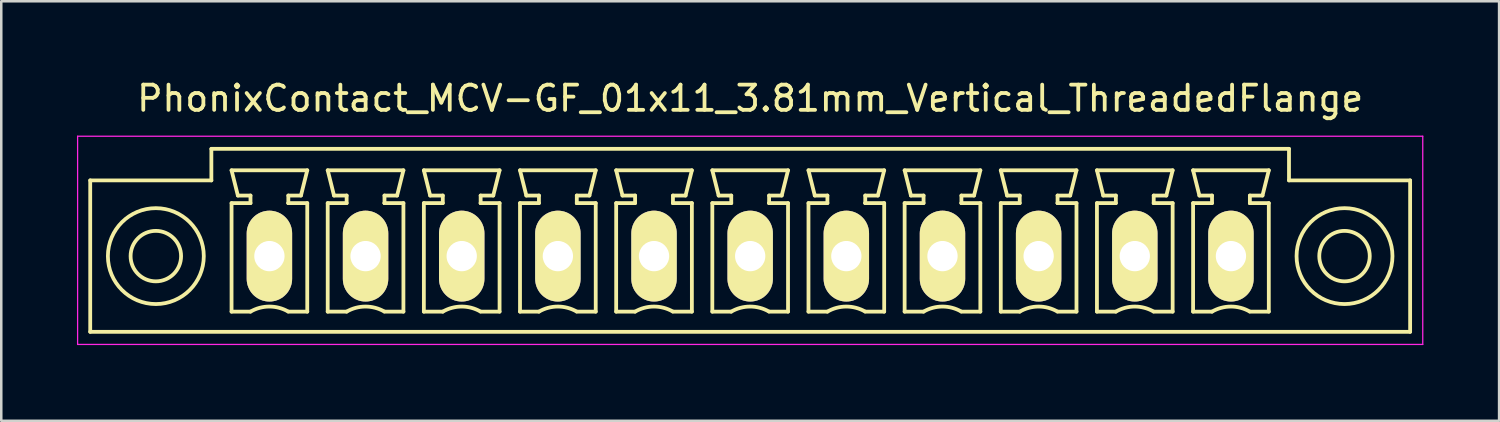
<source format=kicad_pcb>
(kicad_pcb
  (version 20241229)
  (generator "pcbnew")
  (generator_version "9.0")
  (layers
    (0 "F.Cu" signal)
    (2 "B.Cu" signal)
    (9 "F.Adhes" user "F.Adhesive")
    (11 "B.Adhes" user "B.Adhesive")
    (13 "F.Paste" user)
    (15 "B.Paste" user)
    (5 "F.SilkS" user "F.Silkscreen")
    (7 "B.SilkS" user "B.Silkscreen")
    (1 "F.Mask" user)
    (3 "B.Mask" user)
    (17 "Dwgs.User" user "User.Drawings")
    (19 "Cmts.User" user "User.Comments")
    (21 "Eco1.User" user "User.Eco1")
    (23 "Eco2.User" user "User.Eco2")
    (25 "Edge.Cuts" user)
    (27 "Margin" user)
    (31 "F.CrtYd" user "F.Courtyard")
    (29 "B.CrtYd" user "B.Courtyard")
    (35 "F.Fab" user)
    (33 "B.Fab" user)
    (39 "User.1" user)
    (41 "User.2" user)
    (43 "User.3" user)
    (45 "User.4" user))
  (footprint "PhonixContact_MCV-GF_01x11_3.81mm_Vertical_ThreadedFlange"
    (layer "F.Cu")
    (at 7.625 7.098)
    (property "Reference" "PhonixContact_MCV-GF_01x11_3.81mm_Vertical_ThreadedFlange" (at 19.05 -6.25 0) (layer "F.SilkS") (effects (font (size 1 1) (thickness 0.15))))
    (attr through_hole)
    (fp_line (start -7.1 -3) (end -7.1 3) (stroke (width 0.15) (type solid)) (layer "F.SilkS"))
    (fp_line (start -7.1 3) (end 45.2 3) (stroke (width 0.15) (type solid)) (layer "F.SilkS"))
    (fp_line (start -2.3 -4.25) (end -2.3 -3) (stroke (width 0.15) (type solid)) (layer "F.SilkS"))
    (fp_line (start -2.3 -3) (end -7.1 -3) (stroke (width 0.15) (type solid)) (layer "F.SilkS"))
    (fp_line (start -1.5 -3.4) (end 1.5 -3.4) (stroke (width 0.15) (type solid)) (layer "F.SilkS"))
    (fp_line (start -1.5 -2.1) (end -0.75 -2.1) (stroke (width 0.15) (type solid)) (layer "F.SilkS"))
    (fp_line (start -1.5 2.2) (end -1.5 -2.1) (stroke (width 0.15) (type solid)) (layer "F.SilkS"))
    (fp_line (start -1.25 -2.4) (end -1.5 -3.4) (stroke (width 0.15) (type solid)) (layer "F.SilkS"))
    (fp_line (start -0.75 -2.4) (end -1.25 -2.4) (stroke (width 0.15) (type solid)) (layer "F.SilkS"))
    (fp_line (start -0.75 -2.1) (end -0.75 -2.4) (stroke (width 0.15) (type solid)) (layer "F.SilkS"))
    (fp_line (start -0.75 2.2) (end -1.5 2.2) (stroke (width 0.15) (type solid)) (layer "F.SilkS"))
    (fp_line (start 0.75 -2.4) (end 0.75 -2.1) (stroke (width 0.15) (type solid)) (layer "F.SilkS"))
    (fp_line (start 0.75 -2.1) (end 0.75 -2.1) (stroke (width 0.15) (type solid)) (layer "F.SilkS"))
    (fp_line (start 0.75 -2.1) (end 1.5 -2.1) (stroke (width 0.15) (type solid)) (layer "F.SilkS"))
    (fp_line (start 1.25 -2.4) (end 0.75 -2.4) (stroke (width 0.15) (type solid)) (layer "F.SilkS"))
    (fp_line (start 1.5 -3.4) (end 1.25 -2.4) (stroke (width 0.15) (type solid)) (layer "F.SilkS"))
    (fp_line (start 1.5 -2.1) (end 1.5 2.2) (stroke (width 0.15) (type solid)) (layer "F.SilkS"))
    (fp_line (start 1.5 2.2) (end 0.75 2.2) (stroke (width 0.15) (type solid)) (layer "F.SilkS"))
    (fp_line (start 2.31 -3.4) (end 5.31 -3.4) (stroke (width 0.15) (type solid)) (layer "F.SilkS"))
    (fp_line (start 2.31 -2.1) (end 3.06 -2.1) (stroke (width 0.15) (type solid)) (layer "F.SilkS"))
    (fp_line (start 2.31 2.2) (end 2.31 -2.1) (stroke (width 0.15) (type solid)) (layer "F.SilkS"))
    (fp_line (start 2.56 -2.4) (end 2.31 -3.4) (stroke (width 0.15) (type solid)) (layer "F.SilkS"))
    (fp_line (start 3.06 -2.4) (end 2.56 -2.4) (stroke (width 0.15) (type solid)) (layer "F.SilkS"))
    (fp_line (start 3.06 -2.1) (end 3.06 -2.4) (stroke (width 0.15) (type solid)) (layer "F.SilkS"))
    (fp_line (start 3.06 2.2) (end 2.31 2.2) (stroke (width 0.15) (type solid)) (layer "F.SilkS"))
    (fp_line (start 4.56 -2.4) (end 4.56 -2.1) (stroke (width 0.15) (type solid)) (layer "F.SilkS"))
    (fp_line (start 4.56 -2.1) (end 4.56 -2.1) (stroke (width 0.15) (type solid)) (layer "F.SilkS"))
    (fp_line (start 4.56 -2.1) (end 5.31 -2.1) (stroke (width 0.15) (type solid)) (layer "F.SilkS"))
    (fp_line (start 5.06 -2.4) (end 4.56 -2.4) (stroke (width 0.15) (type solid)) (layer "F.SilkS"))
    (fp_line (start 5.31 -3.4) (end 5.06 -2.4) (stroke (width 0.15) (type solid)) (layer "F.SilkS"))
    (fp_line (start 5.31 -2.1) (end 5.31 2.2) (stroke (width 0.15) (type solid)) (layer "F.SilkS"))
    (fp_line (start 5.31 2.2) (end 4.56 2.2) (stroke (width 0.15) (type solid)) (layer "F.SilkS"))
    (fp_line (start 6.12 -3.4) (end 9.12 -3.4) (stroke (width 0.15) (type solid)) (layer "F.SilkS"))
    (fp_line (start 6.12 -2.1) (end 6.87 -2.1) (stroke (width 0.15) (type solid)) (layer "F.SilkS"))
    (fp_line (start 6.12 2.2) (end 6.12 -2.1) (stroke (width 0.15) (type solid)) (layer "F.SilkS"))
    (fp_line (start 6.37 -2.4) (end 6.12 -3.4) (stroke (width 0.15) (type solid)) (layer "F.SilkS"))
    (fp_line (start 6.87 -2.4) (end 6.37 -2.4) (stroke (width 0.15) (type solid)) (layer "F.SilkS"))
    (fp_line (start 6.87 -2.1) (end 6.87 -2.4) (stroke (width 0.15) (type solid)) (layer "F.SilkS"))
    (fp_line (start 6.87 2.2) (end 6.12 2.2) (stroke (width 0.15) (type solid)) (layer "F.SilkS"))
    (fp_line (start 8.37 -2.4) (end 8.37 -2.1) (stroke (width 0.15) (type solid)) (layer "F.SilkS"))
    (fp_line (start 8.37 -2.1) (end 8.37 -2.1) (stroke (width 0.15) (type solid)) (layer "F.SilkS"))
    (fp_line (start 8.37 -2.1) (end 9.12 -2.1) (stroke (width 0.15) (type solid)) (layer "F.SilkS"))
    (fp_line (start 8.87 -2.4) (end 8.37 -2.4) (stroke (width 0.15) (type solid)) (layer "F.SilkS"))
    (fp_line (start 9.12 -3.4) (end 8.87 -2.4) (stroke (width 0.15) (type solid)) (layer "F.SilkS"))
    (fp_line (start 9.12 -2.1) (end 9.12 2.2) (stroke (width 0.15) (type solid)) (layer "F.SilkS"))
    (fp_line (start 9.12 2.2) (end 8.37 2.2) (stroke (width 0.15) (type solid)) (layer "F.SilkS"))
    (fp_line (start 9.93 -3.4) (end 12.93 -3.4) (stroke (width 0.15) (type solid)) (layer "F.SilkS"))
    (fp_line (start 9.93 -2.1) (end 10.68 -2.1) (stroke (width 0.15) (type solid)) (layer "F.SilkS"))
    (fp_line (start 9.93 2.2) (end 9.93 -2.1) (stroke (width 0.15) (type solid)) (layer "F.SilkS"))
    (fp_line (start 10.18 -2.4) (end 9.93 -3.4) (stroke (width 0.15) (type solid)) (layer "F.SilkS"))
    (fp_line (start 10.68 -2.4) (end 10.18 -2.4) (stroke (width 0.15) (type solid)) (layer "F.SilkS"))
    (fp_line (start 10.68 -2.1) (end 10.68 -2.4) (stroke (width 0.15) (type solid)) (layer "F.SilkS"))
    (fp_line (start 10.68 2.2) (end 9.93 2.2) (stroke (width 0.15) (type solid)) (layer "F.SilkS"))
    (fp_line (start 12.18 -2.4) (end 12.18 -2.1) (stroke (width 0.15) (type solid)) (layer "F.SilkS"))
    (fp_line (start 12.18 -2.1) (end 12.18 -2.1) (stroke (width 0.15) (type solid)) (layer "F.SilkS"))
    (fp_line (start 12.18 -2.1) (end 12.93 -2.1) (stroke (width 0.15) (type solid)) (layer "F.SilkS"))
    (fp_line (start 12.68 -2.4) (end 12.18 -2.4) (stroke (width 0.15) (type solid)) (layer "F.SilkS"))
    (fp_line (start 12.93 -3.4) (end 12.68 -2.4) (stroke (width 0.15) (type solid)) (layer "F.SilkS"))
    (fp_line (start 12.93 -2.1) (end 12.93 2.2) (stroke (width 0.15) (type solid)) (layer "F.SilkS"))
    (fp_line (start 12.93 2.2) (end 12.18 2.2) (stroke (width 0.15) (type solid)) (layer "F.SilkS"))
    (fp_line (start 13.74 -3.4) (end 16.74 -3.4) (stroke (width 0.15) (type solid)) (layer "F.SilkS"))
    (fp_line (start 13.74 -2.1) (end 14.49 -2.1) (stroke (width 0.15) (type solid)) (layer "F.SilkS"))
    (fp_line (start 13.74 2.2) (end 13.74 -2.1) (stroke (width 0.15) (type solid)) (layer "F.SilkS"))
    (fp_line (start 13.99 -2.4) (end 13.74 -3.4) (stroke (width 0.15) (type solid)) (layer "F.SilkS"))
    (fp_line (start 14.49 -2.4) (end 13.99 -2.4) (stroke (width 0.15) (type solid)) (layer "F.SilkS"))
    (fp_line (start 14.49 -2.1) (end 14.49 -2.4) (stroke (width 0.15) (type solid)) (layer "F.SilkS"))
    (fp_line (start 14.49 2.2) (end 13.74 2.2) (stroke (width 0.15) (type solid)) (layer "F.SilkS"))
    (fp_line (start 15.99 -2.4) (end 15.99 -2.1) (stroke (width 0.15) (type solid)) (layer "F.SilkS"))
    (fp_line (start 15.99 -2.1) (end 15.99 -2.1) (stroke (width 0.15) (type solid)) (layer "F.SilkS"))
    (fp_line (start 15.99 -2.1) (end 16.74 -2.1) (stroke (width 0.15) (type solid)) (layer "F.SilkS"))
    (fp_line (start 16.49 -2.4) (end 15.99 -2.4) (stroke (width 0.15) (type solid)) (layer "F.SilkS"))
    (fp_line (start 16.74 -3.4) (end 16.49 -2.4) (stroke (width 0.15) (type solid)) (layer "F.SilkS"))
    (fp_line (start 16.74 -2.1) (end 16.74 2.2) (stroke (width 0.15) (type solid)) (layer "F.SilkS"))
    (fp_line (start 16.74 2.2) (end 15.99 2.2) (stroke (width 0.15) (type solid)) (layer "F.SilkS"))
    (fp_line (start 17.55 -3.4) (end 20.55 -3.4) (stroke (width 0.15) (type solid)) (layer "F.SilkS"))
    (fp_line (start 17.55 -2.1) (end 18.3 -2.1) (stroke (width 0.15) (type solid)) (layer "F.SilkS"))
    (fp_line (start 17.55 2.2) (end 17.55 -2.1) (stroke (width 0.15) (type solid)) (layer "F.SilkS"))
    (fp_line (start 17.8 -2.4) (end 17.55 -3.4) (stroke (width 0.15) (type solid)) (layer "F.SilkS"))
    (fp_line (start 18.3 -2.4) (end 17.8 -2.4) (stroke (width 0.15) (type solid)) (layer "F.SilkS"))
    (fp_line (start 18.3 -2.1) (end 18.3 -2.4) (stroke (width 0.15) (type solid)) (layer "F.SilkS"))
    (fp_line (start 18.3 2.2) (end 17.55 2.2) (stroke (width 0.15) (type solid)) (layer "F.SilkS"))
    (fp_line (start 19.8 -2.4) (end 19.8 -2.1) (stroke (width 0.15) (type solid)) (layer "F.SilkS"))
    (fp_line (start 19.8 -2.1) (end 19.8 -2.1) (stroke (width 0.15) (type solid)) (layer "F.SilkS"))
    (fp_line (start 19.8 -2.1) (end 20.55 -2.1) (stroke (width 0.15) (type solid)) (layer "F.SilkS"))
    (fp_line (start 20.3 -2.4) (end 19.8 -2.4) (stroke (width 0.15) (type solid)) (layer "F.SilkS"))
    (fp_line (start 20.55 -3.4) (end 20.3 -2.4) (stroke (width 0.15) (type solid)) (layer "F.SilkS"))
    (fp_line (start 20.55 -2.1) (end 20.55 2.2) (stroke (width 0.15) (type solid)) (layer "F.SilkS"))
    (fp_line (start 20.55 2.2) (end 19.8 2.2) (stroke (width 0.15) (type solid)) (layer "F.SilkS"))
    (fp_line (start 21.36 -3.4) (end 24.36 -3.4) (stroke (width 0.15) (type solid)) (layer "F.SilkS"))
    (fp_line (start 21.36 -2.1) (end 22.11 -2.1) (stroke (width 0.15) (type solid)) (layer "F.SilkS"))
    (fp_line (start 21.36 2.2) (end 21.36 -2.1) (stroke (width 0.15) (type solid)) (layer "F.SilkS"))
    (fp_line (start 21.61 -2.4) (end 21.36 -3.4) (stroke (width 0.15) (type solid)) (layer "F.SilkS"))
    (fp_line (start 22.11 -2.4) (end 21.61 -2.4) (stroke (width 0.15) (type solid)) (layer "F.SilkS"))
    (fp_line (start 22.11 -2.1) (end 22.11 -2.4) (stroke (width 0.15) (type solid)) (layer "F.SilkS"))
    (fp_line (start 22.11 2.2) (end 21.36 2.2) (stroke (width 0.15) (type solid)) (layer "F.SilkS"))
    (fp_line (start 23.61 -2.4) (end 23.61 -2.1) (stroke (width 0.15) (type solid)) (layer "F.SilkS"))
    (fp_line (start 23.61 -2.1) (end 23.61 -2.1) (stroke (width 0.15) (type solid)) (layer "F.SilkS"))
    (fp_line (start 23.61 -2.1) (end 24.36 -2.1) (stroke (width 0.15) (type solid)) (layer "F.SilkS"))
    (fp_line (start 24.11 -2.4) (end 23.61 -2.4) (stroke (width 0.15) (type solid)) (layer "F.SilkS"))
    (fp_line (start 24.36 -3.4) (end 24.11 -2.4) (stroke (width 0.15) (type solid)) (layer "F.SilkS"))
    (fp_line (start 24.36 -2.1) (end 24.36 2.2) (stroke (width 0.15) (type solid)) (layer "F.SilkS"))
    (fp_line (start 24.36 2.2) (end 23.61 2.2) (stroke (width 0.15) (type solid)) (layer "F.SilkS"))
    (fp_line (start 25.17 -3.4) (end 28.17 -3.4) (stroke (width 0.15) (type solid)) (layer "F.SilkS"))
    (fp_line (start 25.17 -2.1) (end 25.92 -2.1) (stroke (width 0.15) (type solid)) (layer "F.SilkS"))
    (fp_line (start 25.17 2.2) (end 25.17 -2.1) (stroke (width 0.15) (type solid)) (layer "F.SilkS"))
    (fp_line (start 25.42 -2.4) (end 25.17 -3.4) (stroke (width 0.15) (type solid)) (layer "F.SilkS"))
    (fp_line (start 25.92 -2.4) (end 25.42 -2.4) (stroke (width 0.15) (type solid)) (layer "F.SilkS"))
    (fp_line (start 25.92 -2.1) (end 25.92 -2.4) (stroke (width 0.15) (type solid)) (layer "F.SilkS"))
    (fp_line (start 25.92 2.2) (end 25.17 2.2) (stroke (width 0.15) (type solid)) (layer "F.SilkS"))
    (fp_line (start 27.42 -2.4) (end 27.42 -2.1) (stroke (width 0.15) (type solid)) (layer "F.SilkS"))
    (fp_line (start 27.42 -2.1) (end 27.42 -2.1) (stroke (width 0.15) (type solid)) (layer "F.SilkS"))
    (fp_line (start 27.42 -2.1) (end 28.17 -2.1) (stroke (width 0.15) (type solid)) (layer "F.SilkS"))
    (fp_line (start 27.92 -2.4) (end 27.42 -2.4) (stroke (width 0.15) (type solid)) (layer "F.SilkS"))
    (fp_line (start 28.17 -3.4) (end 27.92 -2.4) (stroke (width 0.15) (type solid)) (layer "F.SilkS"))
    (fp_line (start 28.17 -2.1) (end 28.17 2.2) (stroke (width 0.15) (type solid)) (layer "F.SilkS"))
    (fp_line (start 28.17 2.2) (end 27.42 2.2) (stroke (width 0.15) (type solid)) (layer "F.SilkS"))
    (fp_line (start 28.98 -3.4) (end 31.98 -3.4) (stroke (width 0.15) (type solid)) (layer "F.SilkS"))
    (fp_line (start 28.98 -2.1) (end 29.73 -2.1) (stroke (width 0.15) (type solid)) (layer "F.SilkS"))
    (fp_line (start 28.98 2.2) (end 28.98 -2.1) (stroke (width 0.15) (type solid)) (layer "F.SilkS"))
    (fp_line (start 29.23 -2.4) (end 28.98 -3.4) (stroke (width 0.15) (type solid)) (layer "F.SilkS"))
    (fp_line (start 29.73 -2.4) (end 29.23 -2.4) (stroke (width 0.15) (type solid)) (layer "F.SilkS"))
    (fp_line (start 29.73 -2.1) (end 29.73 -2.4) (stroke (width 0.15) (type solid)) (layer "F.SilkS"))
    (fp_line (start 29.73 2.2) (end 28.98 2.2) (stroke (width 0.15) (type solid)) (layer "F.SilkS"))
    (fp_line (start 31.23 -2.4) (end 31.23 -2.1) (stroke (width 0.15) (type solid)) (layer "F.SilkS"))
    (fp_line (start 31.23 -2.1) (end 31.23 -2.1) (stroke (width 0.15) (type solid)) (layer "F.SilkS"))
    (fp_line (start 31.23 -2.1) (end 31.98 -2.1) (stroke (width 0.15) (type solid)) (layer "F.SilkS"))
    (fp_line (start 31.73 -2.4) (end 31.23 -2.4) (stroke (width 0.15) (type solid)) (layer "F.SilkS"))
    (fp_line (start 31.98 -3.4) (end 31.73 -2.4) (stroke (width 0.15) (type solid)) (layer "F.SilkS"))
    (fp_line (start 31.98 -2.1) (end 31.98 2.2) (stroke (width 0.15) (type solid)) (layer "F.SilkS"))
    (fp_line (start 31.98 2.2) (end 31.23 2.2) (stroke (width 0.15) (type solid)) (layer "F.SilkS"))
    (fp_line (start 32.79 -3.4) (end 35.79 -3.4) (stroke (width 0.15) (type solid)) (layer "F.SilkS"))
    (fp_line (start 32.79 -2.1) (end 33.54 -2.1) (stroke (width 0.15) (type solid)) (layer "F.SilkS"))
    (fp_line (start 32.79 2.2) (end 32.79 -2.1) (stroke (width 0.15) (type solid)) (layer "F.SilkS"))
    (fp_line (start 33.04 -2.4) (end 32.79 -3.4) (stroke (width 0.15) (type solid)) (layer "F.SilkS"))
    (fp_line (start 33.54 -2.4) (end 33.04 -2.4) (stroke (width 0.15) (type solid)) (layer "F.SilkS"))
    (fp_line (start 33.54 -2.1) (end 33.54 -2.4) (stroke (width 0.15) (type solid)) (layer "F.SilkS"))
    (fp_line (start 33.54 2.2) (end 32.79 2.2) (stroke (width 0.15) (type solid)) (layer "F.SilkS"))
    (fp_line (start 35.04 -2.4) (end 35.04 -2.1) (stroke (width 0.15) (type solid)) (layer "F.SilkS"))
    (fp_line (start 35.04 -2.1) (end 35.04 -2.1) (stroke (width 0.15) (type solid)) (layer "F.SilkS"))
    (fp_line (start 35.04 -2.1) (end 35.79 -2.1) (stroke (width 0.15) (type solid)) (layer "F.SilkS"))
    (fp_line (start 35.54 -2.4) (end 35.04 -2.4) (stroke (width 0.15) (type solid)) (layer "F.SilkS"))
    (fp_line (start 35.79 -3.4) (end 35.54 -2.4) (stroke (width 0.15) (type solid)) (layer "F.SilkS"))
    (fp_line (start 35.79 -2.1) (end 35.79 2.2) (stroke (width 0.15) (type solid)) (layer "F.SilkS"))
    (fp_line (start 35.79 2.2) (end 35.04 2.2) (stroke (width 0.15) (type solid)) (layer "F.SilkS"))
    (fp_line (start 36.6 -3.4) (end 39.6 -3.4) (stroke (width 0.15) (type solid)) (layer "F.SilkS"))
    (fp_line (start 36.6 -2.1) (end 37.35 -2.1) (stroke (width 0.15) (type solid)) (layer "F.SilkS"))
    (fp_line (start 36.6 2.2) (end 36.6 -2.1) (stroke (width 0.15) (type solid)) (layer "F.SilkS"))
    (fp_line (start 36.85 -2.4) (end 36.6 -3.4) (stroke (width 0.15) (type solid)) (layer "F.SilkS"))
    (fp_line (start 37.35 -2.4) (end 36.85 -2.4) (stroke (width 0.15) (type solid)) (layer "F.SilkS"))
    (fp_line (start 37.35 -2.1) (end 37.35 -2.4) (stroke (width 0.15) (type solid)) (layer "F.SilkS"))
    (fp_line (start 37.35 2.2) (end 36.6 2.2) (stroke (width 0.15) (type solid)) (layer "F.SilkS"))
    (fp_line (start 38.85 -2.4) (end 38.85 -2.1) (stroke (width 0.15) (type solid)) (layer "F.SilkS"))
    (fp_line (start 38.85 -2.1) (end 38.85 -2.1) (stroke (width 0.15) (type solid)) (layer "F.SilkS"))
    (fp_line (start 38.85 -2.1) (end 39.6 -2.1) (stroke (width 0.15) (type solid)) (layer "F.SilkS"))
    (fp_line (start 39.35 -2.4) (end 38.85 -2.4) (stroke (width 0.15) (type solid)) (layer "F.SilkS"))
    (fp_line (start 39.6 -3.4) (end 39.35 -2.4) (stroke (width 0.15) (type solid)) (layer "F.SilkS"))
    (fp_line (start 39.6 -2.1) (end 39.6 2.2) (stroke (width 0.15) (type solid)) (layer "F.SilkS"))
    (fp_line (start 39.6 2.2) (end 38.85 2.2) (stroke (width 0.15) (type solid)) (layer "F.SilkS"))
    (fp_line (start 40.4 -4.25) (end -2.3 -4.25) (stroke (width 0.15) (type solid)) (layer "F.SilkS"))
    (fp_line (start 40.4 -3) (end 40.4 -4.25) (stroke (width 0.15) (type solid)) (layer "F.SilkS"))
    (fp_line (start 45.2 -3) (end 40.4 -3) (stroke (width 0.15) (type solid)) (layer "F.SilkS"))
    (fp_line (start 45.2 3) (end 45.2 -3) (stroke (width 0.15) (type solid)) (layer "F.SilkS"))
    (fp_arc (start -0.75 2.2) (mid -0.006068 1.999179) (end 0.739464 2.193978) (stroke (width 0.15) (type solid)) (layer "F.SilkS"))
    (fp_arc (start 3.06 2.2) (mid 3.803932 1.999179) (end 4.549464 2.193978) (stroke (width 0.15) (type solid)) (layer "F.SilkS"))
    (fp_arc (start 6.87 2.2) (mid 7.613932 1.999179) (end 8.359464 2.193978) (stroke (width 0.15) (type solid)) (layer "F.SilkS"))
    (fp_arc (start 10.68 2.2) (mid 11.423932 1.999179) (end 12.169464 2.193978) (stroke (width 0.15) (type solid)) (layer "F.SilkS"))
    (fp_arc (start 14.49 2.2) (mid 15.233932 1.999179) (end 15.979464 2.193978) (stroke (width 0.15) (type solid)) (layer "F.SilkS"))
    (fp_arc (start 18.3 2.2) (mid 19.043932 1.999179) (end 19.789464 2.193978) (stroke (width 0.15) (type solid)) (layer "F.SilkS"))
    (fp_arc (start 22.11 2.2) (mid 22.853932 1.999179) (end 23.599464 2.193978) (stroke (width 0.15) (type solid)) (layer "F.SilkS"))
    (fp_arc (start 25.92 2.2) (mid 26.663932 1.999179) (end 27.409464 2.193978) (stroke (width 0.15) (type solid)) (layer "F.SilkS"))
    (fp_arc (start 29.73 2.2) (mid 30.473932 1.999179) (end 31.219464 2.193978) (stroke (width 0.15) (type solid)) (layer "F.SilkS"))
    (fp_arc (start 33.54 2.2) (mid 34.283932 1.999179) (end 35.029464 2.193978) (stroke (width 0.15) (type solid)) (layer "F.SilkS"))
    (fp_arc (start 37.35 2.2) (mid 38.093932 1.999179) (end 38.839464 2.193978) (stroke (width 0.15) (type solid)) (layer "F.SilkS"))
    (fp_circle (center -4.5 0) (end -3.5 0) (stroke (width 0.15) (type solid)) (fill no) (layer "F.SilkS"))
    (fp_circle (center -4.5 0) (end -2.6 0) (stroke (width 0.15) (type solid)) (fill no) (layer "F.SilkS"))
    (fp_circle (center 42.6 0) (end 43.6 0) (stroke (width 0.15) (type solid)) (fill no) (layer "F.SilkS"))
    (fp_circle (center 42.6 0) (end 44.5 0) (stroke (width 0.15) (type solid)) (fill no) (layer "F.SilkS"))
    (fp_line (start -7.6 -4.75) (end -7.6 3.5) (stroke (width 0.05) (type solid)) (layer "F.CrtYd"))
    (fp_line (start -7.6 3.5) (end 45.7 3.5) (stroke (width 0.05) (type solid)) (layer "F.CrtYd"))
    (fp_line (start 45.7 -4.75) (end -7.6 -4.75) (stroke (width 0.05) (type solid)) (layer "F.CrtYd"))
    (fp_line (start 45.7 3.5) (end 45.7 -4.75) (stroke (width 0.05) (type solid)) (layer "F.CrtYd"))
    (pad "1" thru_hole oval (at 0 0) (size 1.8 3.6) (drill 1.2) (layers "*.Cu" "*.Mask" "F.SilkS"))
    (pad "2" thru_hole oval (at 3.81 0) (size 1.8 3.6) (drill 1.2) (layers "*.Cu" "*.Mask" "F.SilkS"))
    (pad "3" thru_hole oval (at 7.62 0) (size 1.8 3.6) (drill 1.2) (layers "*.Cu" "*.Mask" "F.SilkS"))
    (pad "4" thru_hole oval (at 11.43 0) (size 1.8 3.6) (drill 1.2) (layers "*.Cu" "*.Mask" "F.SilkS"))
    (pad "5" thru_hole oval (at 15.24 0) (size 1.8 3.6) (drill 1.2) (layers "*.Cu" "*.Mask" "F.SilkS"))
    (pad "6" thru_hole oval (at 19.05 0) (size 1.8 3.6) (drill 1.2) (layers "*.Cu" "*.Mask" "F.SilkS"))
    (pad "7" thru_hole oval (at 22.86 0) (size 1.8 3.6) (drill 1.2) (layers "*.Cu" "*.Mask" "F.SilkS"))
    (pad "8" thru_hole oval (at 26.67 0) (size 1.8 3.6) (drill 1.2) (layers "*.Cu" "*.Mask" "F.SilkS"))
    (pad "9" thru_hole oval (at 30.48 0) (size 1.8 3.6) (drill 1.2) (layers "*.Cu" "*.Mask" "F.SilkS"))
    (pad "10" thru_hole oval (at 34.29 0) (size 1.8 3.6) (drill 1.2) (layers "*.Cu" "*.Mask" "F.SilkS"))
    (pad "11" thru_hole oval (at 38.1 0) (size 1.8 3.6) (drill 1.2) (layers "*.Cu" "*.Mask" "F.SilkS")))
  (gr_rect
    (start -3 -3)
    (end 56.35 13.623)
    (stroke (width 0.1) (type default))
    (fill no)
    (layer "Edge.Cuts")))
</source>
